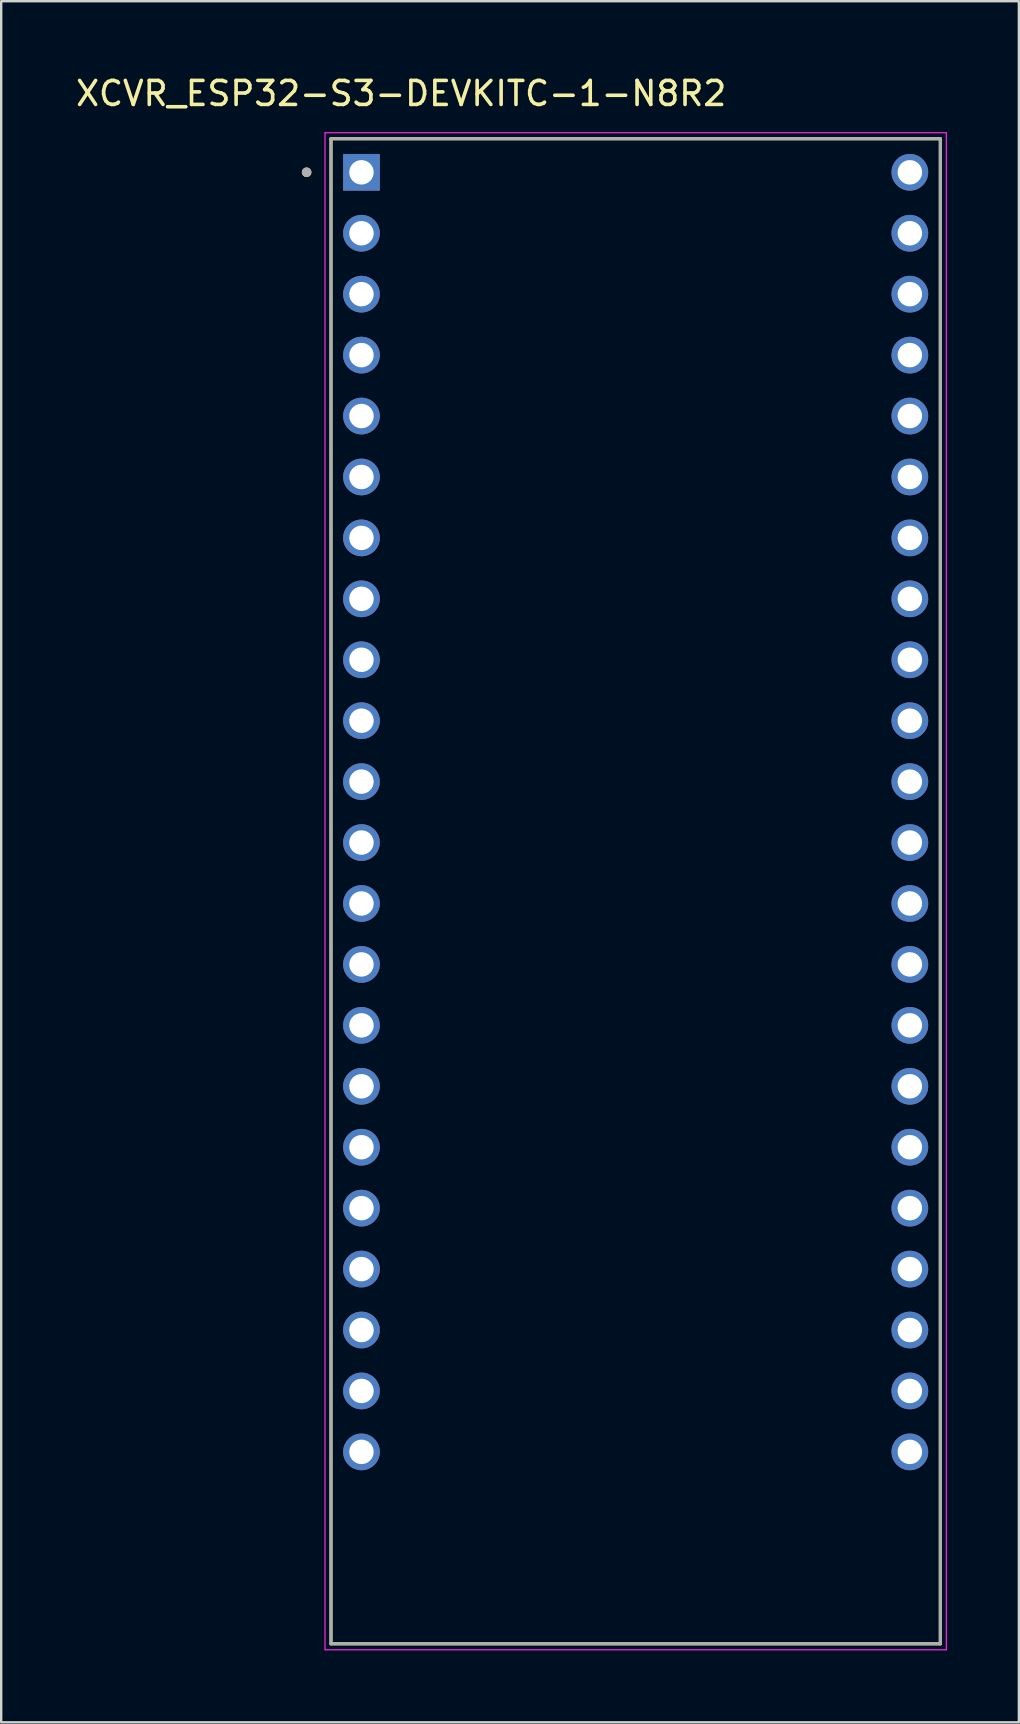
<source format=kicad_pcb>
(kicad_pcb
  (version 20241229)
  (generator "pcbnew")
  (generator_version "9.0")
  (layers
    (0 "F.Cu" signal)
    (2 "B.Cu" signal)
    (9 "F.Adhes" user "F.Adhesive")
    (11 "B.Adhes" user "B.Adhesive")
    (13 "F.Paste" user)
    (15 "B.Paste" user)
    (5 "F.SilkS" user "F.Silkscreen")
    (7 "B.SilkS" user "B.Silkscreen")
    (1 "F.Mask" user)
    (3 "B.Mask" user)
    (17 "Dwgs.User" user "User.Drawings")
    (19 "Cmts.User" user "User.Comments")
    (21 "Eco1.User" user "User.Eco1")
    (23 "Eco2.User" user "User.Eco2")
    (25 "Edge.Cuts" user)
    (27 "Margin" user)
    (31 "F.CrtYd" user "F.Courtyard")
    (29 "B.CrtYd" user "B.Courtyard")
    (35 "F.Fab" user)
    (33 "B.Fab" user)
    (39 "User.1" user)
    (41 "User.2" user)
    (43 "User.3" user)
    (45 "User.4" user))
  (footprint "XCVR_ESP32-S3-DEVKITC-1-N8R2"
    (layer "F.Cu")
    (at 23.448 34.103)
    (property "Reference" "XCVR_ESP32-S3-DEVKITC-1-N8R2" (at -9.775 -33.255 0) (layer "F.SilkS") (effects (font (size 1 1) (thickness 0.15))))
    (attr through_hole)
    (fp_line (start -12.7 -31.37) (end 12.7 -31.37) (stroke (width 0.127) (type solid)) (layer "F.SilkS"))
    (fp_line (start -12.7 31.37) (end -12.7 -31.37) (stroke (width 0.127) (type solid)) (layer "F.SilkS"))
    (fp_line (start 12.7 -31.37) (end 12.7 31.37) (stroke (width 0.127) (type solid)) (layer "F.SilkS"))
    (fp_line (start 12.7 31.37) (end -12.7 31.37) (stroke (width 0.127) (type solid)) (layer "F.SilkS"))
    (fp_circle (center -13.716 -29.972) (end -13.616 -29.972) (stroke (width 0.2) (type solid)) (fill no) (layer "F.SilkS"))
    (fp_line (start -12.95 -31.62) (end -12.95 31.62) (stroke (width 0.05) (type solid)) (layer "F.CrtYd"))
    (fp_line (start -12.95 31.62) (end 12.95 31.62) (stroke (width 0.05) (type solid)) (layer "F.CrtYd"))
    (fp_line (start 12.95 -31.62) (end -12.95 -31.62) (stroke (width 0.05) (type solid)) (layer "F.CrtYd"))
    (fp_line (start 12.95 31.62) (end 12.95 -31.62) (stroke (width 0.05) (type solid)) (layer "F.CrtYd"))
    (fp_line (start -12.7 -31.37) (end 12.7 -31.37) (stroke (width 0.127) (type solid)) (layer "F.Fab"))
    (fp_line (start -12.7 31.37) (end -12.7 -31.37) (stroke (width 0.127) (type solid)) (layer "F.Fab"))
    (fp_line (start 12.7 -31.37) (end 12.7 31.37) (stroke (width 0.127) (type solid)) (layer "F.Fab"))
    (fp_line (start 12.7 31.37) (end -12.7 31.37) (stroke (width 0.127) (type solid)) (layer "F.Fab"))
    (fp_circle (center -13.716 -29.972) (end -13.616 -29.972) (stroke (width 0.2) (type solid)) (fill no) (layer "F.Fab"))
    (pad "J1_1" thru_hole rect (at -11.43 -29.97) (size 1.53 1.53) (drill 1.02) (layers "*.Cu" "*.Mask"))
    (pad "J1_2" thru_hole circle (at -11.43 -27.43) (size 1.53 1.53) (drill 1.02) (layers "*.Cu" "*.Mask"))
    (pad "J1_3" thru_hole circle (at -11.43 -24.89) (size 1.53 1.53) (drill 1.02) (layers "*.Cu" "*.Mask"))
    (pad "J1_4" thru_hole circle (at -11.43 -22.35) (size 1.53 1.53) (drill 1.02) (layers "*.Cu" "*.Mask"))
    (pad "J1_5" thru_hole circle (at -11.43 -19.81) (size 1.53 1.53) (drill 1.02) (layers "*.Cu" "*.Mask"))
    (pad "J1_6" thru_hole circle (at -11.43 -17.27) (size 1.53 1.53) (drill 1.02) (layers "*.Cu" "*.Mask"))
    (pad "J1_7" thru_hole circle (at -11.43 -14.73) (size 1.53 1.53) (drill 1.02) (layers "*.Cu" "*.Mask"))
    (pad "J1_8" thru_hole circle (at -11.43 -12.19) (size 1.53 1.53) (drill 1.02) (layers "*.Cu" "*.Mask"))
    (pad "J1_9" thru_hole circle (at -11.43 -9.65) (size 1.53 1.53) (drill 1.02) (layers "*.Cu" "*.Mask"))
    (pad "J1_10" thru_hole circle (at -11.43 -7.11) (size 1.53 1.53) (drill 1.02) (layers "*.Cu" "*.Mask"))
    (pad "J1_11" thru_hole circle (at -11.43 -4.57) (size 1.53 1.53) (drill 1.02) (layers "*.Cu" "*.Mask"))
    (pad "J1_12" thru_hole circle (at -11.43 -2.03) (size 1.53 1.53) (drill 1.02) (layers "*.Cu" "*.Mask"))
    (pad "J1_13" thru_hole circle (at -11.43 0.51) (size 1.53 1.53) (drill 1.02) (layers "*.Cu" "*.Mask"))
    (pad "J1_14" thru_hole circle (at -11.43 3.05) (size 1.53 1.53) (drill 1.02) (layers "*.Cu" "*.Mask"))
    (pad "J1_15" thru_hole circle (at -11.43 5.59) (size 1.53 1.53) (drill 1.02) (layers "*.Cu" "*.Mask"))
    (pad "J1_16" thru_hole circle (at -11.43 8.13) (size 1.53 1.53) (drill 1.02) (layers "*.Cu" "*.Mask"))
    (pad "J1_17" thru_hole circle (at -11.43 10.67) (size 1.53 1.53) (drill 1.02) (layers "*.Cu" "*.Mask"))
    (pad "J1_18" thru_hole circle (at -11.43 13.21) (size 1.53 1.53) (drill 1.02) (layers "*.Cu" "*.Mask"))
    (pad "J1_19" thru_hole circle (at -11.43 15.75) (size 1.53 1.53) (drill 1.02) (layers "*.Cu" "*.Mask"))
    (pad "J1_20" thru_hole circle (at -11.43 18.29) (size 1.53 1.53) (drill 1.02) (layers "*.Cu" "*.Mask"))
    (pad "J1_21" thru_hole circle (at -11.43 20.83) (size 1.53 1.53) (drill 1.02) (layers "*.Cu" "*.Mask"))
    (pad "J1_22" thru_hole circle (at -11.43 23.37) (size 1.53 1.53) (drill 1.02) (layers "*.Cu" "*.Mask"))
    (pad "J3_1" thru_hole circle (at 11.43 -29.97) (size 1.53 1.53) (drill 1.02) (layers "*.Cu" "*.Mask"))
    (pad "J3_2" thru_hole circle (at 11.43 -27.43) (size 1.53 1.53) (drill 1.02) (layers "*.Cu" "*.Mask"))
    (pad "J3_3" thru_hole circle (at 11.43 -24.89) (size 1.53 1.53) (drill 1.02) (layers "*.Cu" "*.Mask"))
    (pad "J3_4" thru_hole circle (at 11.43 -22.35) (size 1.53 1.53) (drill 1.02) (layers "*.Cu" "*.Mask"))
    (pad "J3_5" thru_hole circle (at 11.43 -19.81) (size 1.53 1.53) (drill 1.02) (layers "*.Cu" "*.Mask"))
    (pad "J3_6" thru_hole circle (at 11.43 -17.27) (size 1.53 1.53) (drill 1.02) (layers "*.Cu" "*.Mask"))
    (pad "J3_7" thru_hole circle (at 11.43 -14.73) (size 1.53 1.53) (drill 1.02) (layers "*.Cu" "*.Mask"))
    (pad "J3_8" thru_hole circle (at 11.43 -12.19) (size 1.53 1.53) (drill 1.02) (layers "*.Cu" "*.Mask"))
    (pad "J3_9" thru_hole circle (at 11.43 -9.65) (size 1.53 1.53) (drill 1.02) (layers "*.Cu" "*.Mask"))
    (pad "J3_10" thru_hole circle (at 11.43 -7.11) (size 1.53 1.53) (drill 1.02) (layers "*.Cu" "*.Mask"))
    (pad "J3_11" thru_hole circle (at 11.43 -4.57) (size 1.53 1.53) (drill 1.02) (layers "*.Cu" "*.Mask"))
    (pad "J3_12" thru_hole circle (at 11.43 -2.03) (size 1.53 1.53) (drill 1.02) (layers "*.Cu" "*.Mask"))
    (pad "J3_13" thru_hole circle (at 11.43 0.51) (size 1.53 1.53) (drill 1.02) (layers "*.Cu" "*.Mask"))
    (pad "J3_14" thru_hole circle (at 11.43 3.05) (size 1.53 1.53) (drill 1.02) (layers "*.Cu" "*.Mask"))
    (pad "J3_15" thru_hole circle (at 11.43 5.59) (size 1.53 1.53) (drill 1.02) (layers "*.Cu" "*.Mask"))
    (pad "J3_16" thru_hole circle (at 11.43 8.13) (size 1.53 1.53) (drill 1.02) (layers "*.Cu" "*.Mask"))
    (pad "J3_17" thru_hole circle (at 11.43 10.67) (size 1.53 1.53) (drill 1.02) (layers "*.Cu" "*.Mask"))
    (pad "J3_18" thru_hole circle (at 11.43 13.21) (size 1.53 1.53) (drill 1.02) (layers "*.Cu" "*.Mask"))
    (pad "J3_19" thru_hole circle (at 11.43 15.75) (size 1.53 1.53) (drill 1.02) (layers "*.Cu" "*.Mask"))
    (pad "J3_20" thru_hole circle (at 11.43 18.29) (size 1.53 1.53) (drill 1.02) (layers "*.Cu" "*.Mask"))
    (pad "J3_21" thru_hole circle (at 11.43 20.83) (size 1.53 1.53) (drill 1.02) (layers "*.Cu" "*.Mask"))
    (pad "J3_22" thru_hole circle (at 11.43 23.37) (size 1.53 1.53) (drill 1.02) (layers "*.Cu" "*.Mask")))
  (gr_rect
    (start -3 -3)
    (end 39.423 68.748)
    (stroke (width 0.1) (type default))
    (fill no)
    (layer "Edge.Cuts")))
</source>
